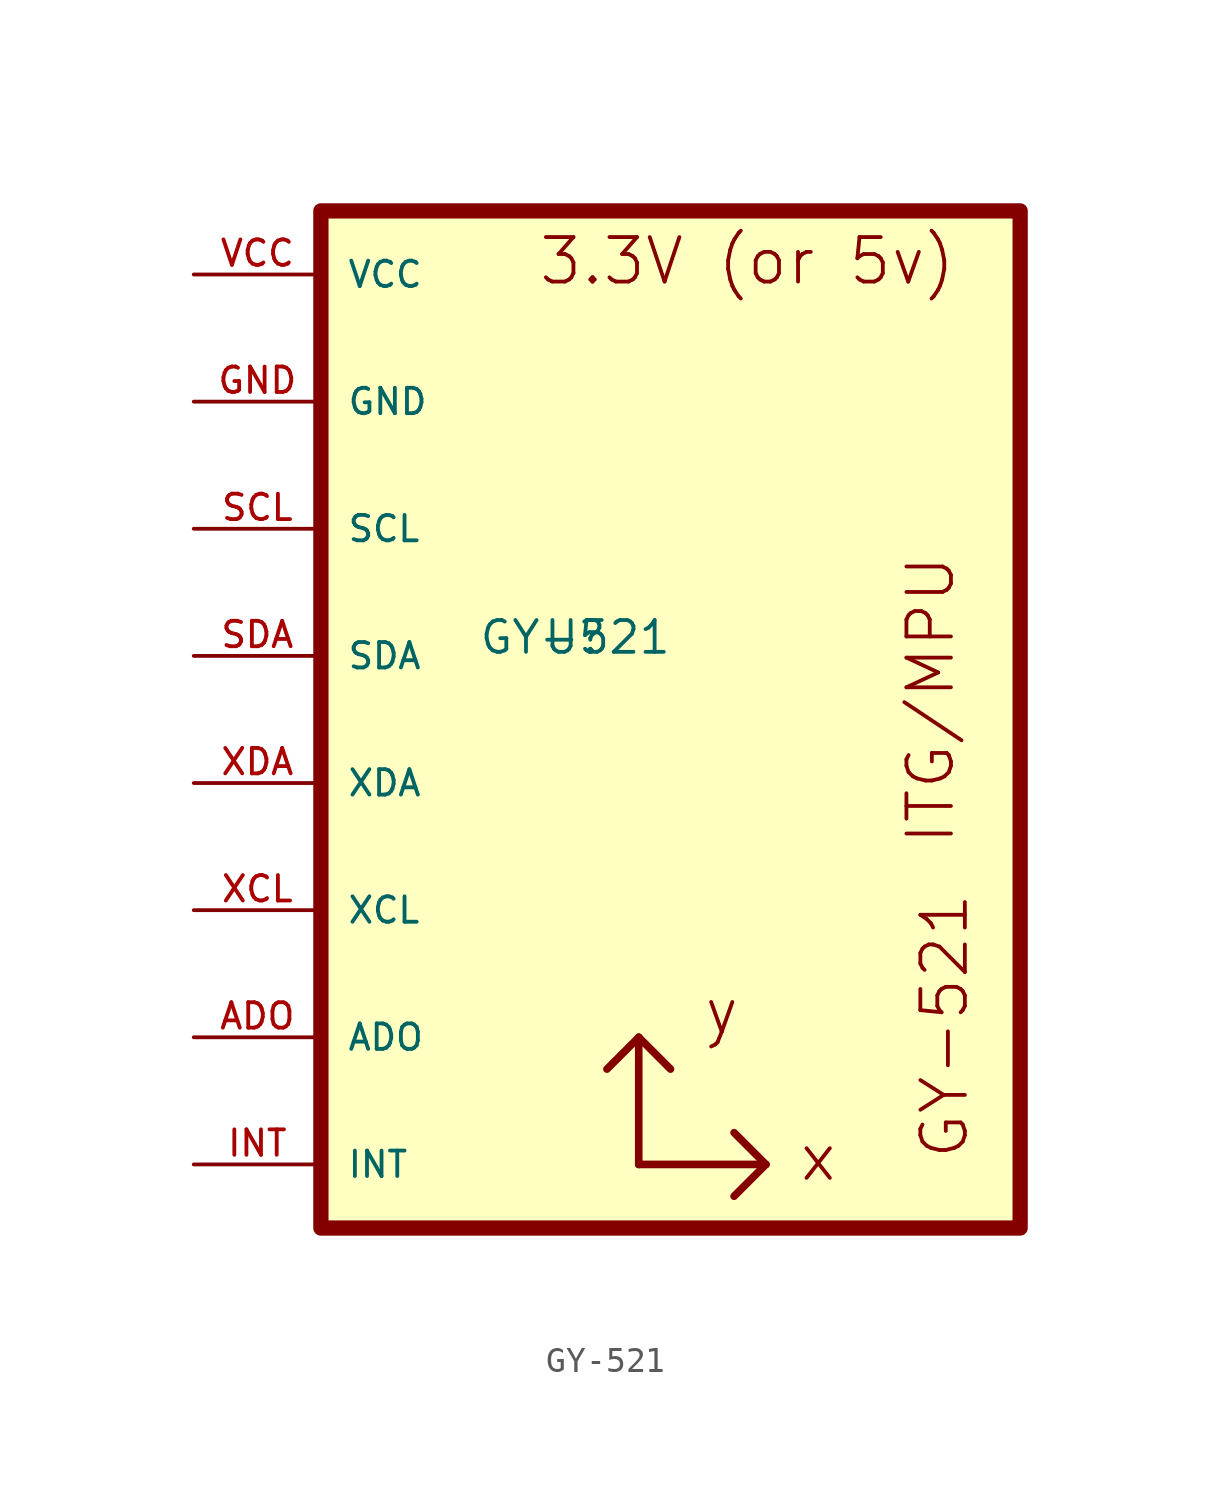
<source format=kicad_sym>
(kicad_symbol_lib
  (version 20231120)
  (generator "kicad_symbol_editor")
  (generator_version "8.0")
  (symbol "GY-521"
    (pin_names
      (offset 1.016))
    (property "Reference" "U"
      (at 0 0 0)
      (effects (font (size 1.27 1.27)) (justify bottom)))
    (property "Value" "GY-521"
      (at 0 0 0)
      (effects (font (size 1.27 1.27)) (justify bottom)))
    (symbol "GY-521_0_0"
      (rectangle (start -10.16 -22.86) (end 17.78 17.78) (stroke (width 0.61) (type default)) (fill (type background)))
      (polyline (pts (xy 2.54 -20.32) (xy 2.54 -15.24)) (stroke (width 0.305) (type default)) (fill (type none)))
      (polyline (pts (xy 2.54 -20.32) (xy 7.62 -20.32)) (stroke (width 0.305) (type default)) (fill (type none)))
      (polyline (pts (xy 2.54 -15.24) (xy 1.27 -16.51)) (stroke (width 0.305) (type default)) (fill (type none)))
      (polyline (pts (xy 2.54 -15.24) (xy 3.81 -16.51)) (stroke (width 0.305) (type default)) (fill (type none)))
      (polyline (pts (xy 7.62 -20.32) (xy 6.35 -21.59)) (stroke (width 0.305) (type default)) (fill (type none)))
      (polyline (pts (xy 7.62 -20.32) (xy 6.35 -19.05)) (stroke (width 0.305) (type default)) (fill (type none)))
      (text "3.3V (or 5v)" (at -1.524 14.732 0) (effects (font (size 1.778 1.778)) (justify left bottom)))
      (text "GY-521" (at 13.716 -9.398 900) (effects (font (size 1.778 1.778)) (justify right top)))
      (text "ITG/MPU" (at 15.24 -7.62 900) (effects (font (size 1.778 1.778)) (justify left bottom)))
      (text "x" (at 8.89 -21.082 0) (effects (font (size 1.778 1.778)) (justify left bottom)))
      (text "y" (at 5.08 -15.24 0) (effects (font (size 1.778 1.778)) (justify left bottom)))
      (pin bidirectional line (at -15.24 -15.24 0) (length 5.08) (name "ADO" (effects (font (size 1.016 1.016)))) (number "ADO" (effects (font (size 1.016 1.016)))))
      (pin bidirectional line (at -15.24 -20.32 0) (length 5.08) (name "INT" (effects (font (size 1.016 1.016)))) (number "INT" (effects (font (size 1.016 1.016)))))
      (pin bidirectional line (at -15.24 5.08 0) (length 5.08) (name "SCL" (effects (font (size 1.016 1.016)))) (number "SCL" (effects (font (size 1.016 1.016)))))
      (pin bidirectional line (at -15.24 0 0) (length 5.08) (name "SDA" (effects (font (size 1.016 1.016)))) (number "SDA" (effects (font (size 1.016 1.016)))))
      (pin bidirectional line (at -15.24 -10.16 0) (length 5.08) (name "XCL" (effects (font (size 1.016 1.016)))) (number "XCL" (effects (font (size 1.016 1.016)))))
      (pin bidirectional line (at -15.24 -5.08 0) (length 5.08) (name "XDA" (effects (font (size 1.016 1.016)))) (number "XDA" (effects (font (size 1.016 1.016))))))
    (symbol "GY-521_1_0"
      (pin input line (at -15.24 10.16 0) (length 5.08) (name "GND" (effects (font (size 1.016 1.016)))) (number "GND" (effects (font (size 1.016 1.016)))))
      (pin input line (at -15.24 15.24 0) (length 5.08) (name "VCC" (effects (font (size 1.016 1.016)))) (number "VCC" (effects (font (size 1.016 1.016))))))))
</source>
